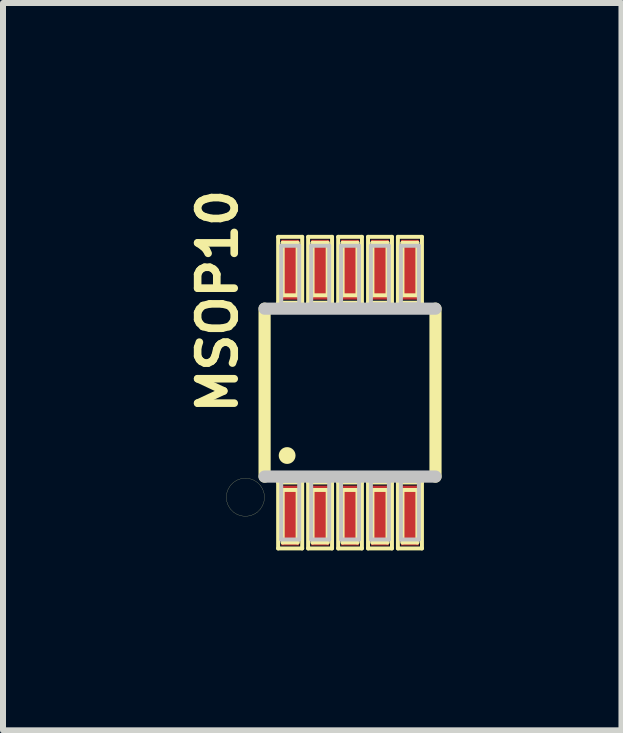
<source format=kicad_pcb>
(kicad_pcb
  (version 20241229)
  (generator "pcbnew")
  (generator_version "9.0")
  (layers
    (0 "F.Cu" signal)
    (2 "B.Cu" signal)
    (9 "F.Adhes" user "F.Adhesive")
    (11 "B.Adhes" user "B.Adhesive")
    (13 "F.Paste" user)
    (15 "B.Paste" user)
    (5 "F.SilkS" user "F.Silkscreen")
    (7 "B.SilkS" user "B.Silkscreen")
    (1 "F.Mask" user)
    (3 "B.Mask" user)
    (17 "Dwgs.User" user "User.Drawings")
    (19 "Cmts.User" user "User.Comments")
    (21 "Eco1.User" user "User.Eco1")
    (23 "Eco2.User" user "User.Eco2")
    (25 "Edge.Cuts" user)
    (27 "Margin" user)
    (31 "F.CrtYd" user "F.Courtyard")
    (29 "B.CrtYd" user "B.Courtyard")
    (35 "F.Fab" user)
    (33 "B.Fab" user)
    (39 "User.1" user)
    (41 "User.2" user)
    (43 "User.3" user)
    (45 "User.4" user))
  (footprint "MSOP10"
    (layer "F.Cu")
    (at 2.787 3.497)
    (property "Reference" "MSOP10" (at -2.207 -1.524 90) (layer "F.SilkS") (effects (font (size 0.61 0.61) (thickness 0.127))))
    (attr smd)
    (fp_line (start -2.062 1.745) (end -2.055 1.816) (stroke (width 0.003) (type solid)) (layer "F.SilkS"))
    (fp_line (start -2.055 1.674) (end -2.062 1.745) (stroke (width 0.003) (type solid)) (layer "F.SilkS"))
    (fp_line (start -2.055 1.816) (end -2.032 1.882) (stroke (width 0.003) (type solid)) (layer "F.SilkS"))
    (fp_line (start -2.032 1.608) (end -2.055 1.674) (stroke (width 0.003) (type solid)) (layer "F.SilkS"))
    (fp_line (start -2.032 1.882) (end -1.994 1.943) (stroke (width 0.003) (type solid)) (layer "F.SilkS"))
    (fp_line (start -1.994 1.547) (end -2.032 1.608) (stroke (width 0.003) (type solid)) (layer "F.SilkS"))
    (fp_line (start -1.994 1.943) (end -1.943 1.994) (stroke (width 0.003) (type solid)) (layer "F.SilkS"))
    (fp_line (start -1.943 1.496) (end -1.994 1.547) (stroke (width 0.003) (type solid)) (layer "F.SilkS"))
    (fp_line (start -1.943 1.994) (end -1.882 2.032) (stroke (width 0.003) (type solid)) (layer "F.SilkS"))
    (fp_line (start -1.882 1.458) (end -1.943 1.496) (stroke (width 0.003) (type solid)) (layer "F.SilkS"))
    (fp_line (start -1.882 2.032) (end -1.816 2.055) (stroke (width 0.003) (type solid)) (layer "F.SilkS"))
    (fp_line (start -1.816 1.435) (end -1.882 1.458) (stroke (width 0.003) (type solid)) (layer "F.SilkS"))
    (fp_line (start -1.816 2.055) (end -1.745 2.062) (stroke (width 0.003) (type solid)) (layer "F.SilkS"))
    (fp_line (start -1.745 1.427) (end -1.816 1.435) (stroke (width 0.003) (type solid)) (layer "F.SilkS"))
    (fp_line (start -1.745 2.062) (end -1.674 2.055) (stroke (width 0.003) (type solid)) (layer "F.SilkS"))
    (fp_line (start -1.674 1.435) (end -1.745 1.427) (stroke (width 0.003) (type solid)) (layer "F.SilkS"))
    (fp_line (start -1.674 2.055) (end -1.608 2.032) (stroke (width 0.003) (type solid)) (layer "F.SilkS"))
    (fp_line (start -1.608 1.458) (end -1.674 1.435) (stroke (width 0.003) (type solid)) (layer "F.SilkS"))
    (fp_line (start -1.608 2.032) (end -1.547 1.994) (stroke (width 0.003) (type solid)) (layer "F.SilkS"))
    (fp_line (start -1.547 1.496) (end -1.608 1.458) (stroke (width 0.003) (type solid)) (layer "F.SilkS"))
    (fp_line (start -1.547 1.994) (end -1.496 1.943) (stroke (width 0.003) (type solid)) (layer "F.SilkS"))
    (fp_line (start -1.496 1.547) (end -1.547 1.496) (stroke (width 0.003) (type solid)) (layer "F.SilkS"))
    (fp_line (start -1.496 1.943) (end -1.458 1.882) (stroke (width 0.003) (type solid)) (layer "F.SilkS"))
    (fp_line (start -1.458 1.608) (end -1.496 1.547) (stroke (width 0.003) (type solid)) (layer "F.SilkS"))
    (fp_line (start -1.458 1.882) (end -1.435 1.816) (stroke (width 0.003) (type solid)) (layer "F.SilkS"))
    (fp_line (start -1.435 1.674) (end -1.458 1.608) (stroke (width 0.003) (type solid)) (layer "F.SilkS"))
    (fp_line (start -1.435 1.816) (end -1.427 1.745) (stroke (width 0.003) (type solid)) (layer "F.SilkS"))
    (fp_line (start -1.427 1.745) (end -1.435 1.674) (stroke (width 0.003) (type solid)) (layer "F.SilkS"))
    (fp_line (start -1.425 -1.4) (end -1.425 1.4) (stroke (width 0.203) (type solid)) (layer "F.SilkS"))
    (fp_line (start -1.199 -2.598) (end -0.798 -2.598) (stroke (width 0.066) (type solid)) (layer "F.SilkS"))
    (fp_line (start -1.199 -1.499) (end -1.199 -2.598) (stroke (width 0.066) (type solid)) (layer "F.SilkS"))
    (fp_line (start -1.199 -1.499) (end -0.798 -1.499) (stroke (width 0.066) (type solid)) (layer "F.SilkS"))
    (fp_line (start -1.199 1.499) (end -0.798 1.499) (stroke (width 0.066) (type solid)) (layer "F.SilkS"))
    (fp_line (start -1.199 2.598) (end -1.199 1.499) (stroke (width 0.066) (type solid)) (layer "F.SilkS"))
    (fp_line (start -1.199 2.598) (end -0.798 2.598) (stroke (width 0.066) (type solid)) (layer "F.SilkS"))
    (fp_line (start -1.123 -2.499) (end -0.874 -2.499) (stroke (width 0.066) (type solid)) (layer "F.SilkS"))
    (fp_line (start -1.123 -1.623) (end -1.123 -2.499) (stroke (width 0.066) (type solid)) (layer "F.SilkS"))
    (fp_line (start -1.123 -1.623) (end -0.874 -1.623) (stroke (width 0.066) (type solid)) (layer "F.SilkS"))
    (fp_line (start -1.123 1.623) (end -0.874 1.623) (stroke (width 0.066) (type solid)) (layer "F.SilkS"))
    (fp_line (start -1.123 2.499) (end -1.123 1.623) (stroke (width 0.066) (type solid)) (layer "F.SilkS"))
    (fp_line (start -1.123 2.499) (end -0.874 2.499) (stroke (width 0.066) (type solid)) (layer "F.SilkS"))
    (fp_line (start -0.874 -1.623) (end -0.874 -2.499) (stroke (width 0.066) (type solid)) (layer "F.SilkS"))
    (fp_line (start -0.874 2.499) (end -0.874 1.623) (stroke (width 0.066) (type solid)) (layer "F.SilkS"))
    (fp_line (start -0.798 -1.499) (end -0.798 -2.598) (stroke (width 0.066) (type solid)) (layer "F.SilkS"))
    (fp_line (start -0.798 2.598) (end -0.798 1.499) (stroke (width 0.066) (type solid)) (layer "F.SilkS"))
    (fp_line (start -0.699 -2.598) (end -0.3 -2.598) (stroke (width 0.066) (type solid)) (layer "F.SilkS"))
    (fp_line (start -0.699 -1.499) (end -0.699 -2.598) (stroke (width 0.066) (type solid)) (layer "F.SilkS"))
    (fp_line (start -0.699 -1.499) (end -0.3 -1.499) (stroke (width 0.066) (type solid)) (layer "F.SilkS"))
    (fp_line (start -0.699 1.499) (end -0.3 1.499) (stroke (width 0.066) (type solid)) (layer "F.SilkS"))
    (fp_line (start -0.699 2.598) (end -0.699 1.499) (stroke (width 0.066) (type solid)) (layer "F.SilkS"))
    (fp_line (start -0.699 2.598) (end -0.3 2.598) (stroke (width 0.066) (type solid)) (layer "F.SilkS"))
    (fp_line (start -0.625 -2.499) (end -0.373 -2.499) (stroke (width 0.066) (type solid)) (layer "F.SilkS"))
    (fp_line (start -0.625 -1.623) (end -0.625 -2.499) (stroke (width 0.066) (type solid)) (layer "F.SilkS"))
    (fp_line (start -0.625 -1.623) (end -0.373 -1.623) (stroke (width 0.066) (type solid)) (layer "F.SilkS"))
    (fp_line (start -0.625 1.623) (end -0.373 1.623) (stroke (width 0.066) (type solid)) (layer "F.SilkS"))
    (fp_line (start -0.625 2.499) (end -0.625 1.623) (stroke (width 0.066) (type solid)) (layer "F.SilkS"))
    (fp_line (start -0.625 2.499) (end -0.373 2.499) (stroke (width 0.066) (type solid)) (layer "F.SilkS"))
    (fp_line (start -0.373 -1.623) (end -0.373 -2.499) (stroke (width 0.066) (type solid)) (layer "F.SilkS"))
    (fp_line (start -0.373 2.499) (end -0.373 1.623) (stroke (width 0.066) (type solid)) (layer "F.SilkS"))
    (fp_line (start -0.3 -1.499) (end -0.3 -2.598) (stroke (width 0.066) (type solid)) (layer "F.SilkS"))
    (fp_line (start -0.3 2.598) (end -0.3 1.499) (stroke (width 0.066) (type solid)) (layer "F.SilkS"))
    (fp_line (start -0.198 -2.598) (end 0.198 -2.598) (stroke (width 0.066) (type solid)) (layer "F.SilkS"))
    (fp_line (start -0.198 -1.499) (end -0.198 -2.598) (stroke (width 0.066) (type solid)) (layer "F.SilkS"))
    (fp_line (start -0.198 -1.499) (end 0.198 -1.499) (stroke (width 0.066) (type solid)) (layer "F.SilkS"))
    (fp_line (start -0.198 1.499) (end 0.198 1.499) (stroke (width 0.066) (type solid)) (layer "F.SilkS"))
    (fp_line (start -0.198 2.598) (end -0.198 1.499) (stroke (width 0.066) (type solid)) (layer "F.SilkS"))
    (fp_line (start -0.198 2.598) (end 0.198 2.598) (stroke (width 0.066) (type solid)) (layer "F.SilkS"))
    (fp_line (start -0.124 -2.499) (end 0.124 -2.499) (stroke (width 0.066) (type solid)) (layer "F.SilkS"))
    (fp_line (start -0.124 -1.623) (end -0.124 -2.499) (stroke (width 0.066) (type solid)) (layer "F.SilkS"))
    (fp_line (start -0.124 -1.623) (end 0.124 -1.623) (stroke (width 0.066) (type solid)) (layer "F.SilkS"))
    (fp_line (start -0.124 1.623) (end 0.124 1.623) (stroke (width 0.066) (type solid)) (layer "F.SilkS"))
    (fp_line (start -0.124 2.499) (end -0.124 1.623) (stroke (width 0.066) (type solid)) (layer "F.SilkS"))
    (fp_line (start -0.124 2.499) (end 0.124 2.499) (stroke (width 0.066) (type solid)) (layer "F.SilkS"))
    (fp_line (start 0.124 -1.623) (end 0.124 -2.499) (stroke (width 0.066) (type solid)) (layer "F.SilkS"))
    (fp_line (start 0.124 2.499) (end 0.124 1.623) (stroke (width 0.066) (type solid)) (layer "F.SilkS"))
    (fp_line (start 0.198 -1.499) (end 0.198 -2.598) (stroke (width 0.066) (type solid)) (layer "F.SilkS"))
    (fp_line (start 0.198 2.598) (end 0.198 1.499) (stroke (width 0.066) (type solid)) (layer "F.SilkS"))
    (fp_line (start 0.3 -2.598) (end 0.699 -2.598) (stroke (width 0.066) (type solid)) (layer "F.SilkS"))
    (fp_line (start 0.3 -1.499) (end 0.3 -2.598) (stroke (width 0.066) (type solid)) (layer "F.SilkS"))
    (fp_line (start 0.3 -1.499) (end 0.699 -1.499) (stroke (width 0.066) (type solid)) (layer "F.SilkS"))
    (fp_line (start 0.3 1.499) (end 0.699 1.499) (stroke (width 0.066) (type solid)) (layer "F.SilkS"))
    (fp_line (start 0.3 2.598) (end 0.3 1.499) (stroke (width 0.066) (type solid)) (layer "F.SilkS"))
    (fp_line (start 0.3 2.598) (end 0.699 2.598) (stroke (width 0.066) (type solid)) (layer "F.SilkS"))
    (fp_line (start 0.373 -2.499) (end 0.625 -2.499) (stroke (width 0.066) (type solid)) (layer "F.SilkS"))
    (fp_line (start 0.373 -1.623) (end 0.373 -2.499) (stroke (width 0.066) (type solid)) (layer "F.SilkS"))
    (fp_line (start 0.373 -1.623) (end 0.625 -1.623) (stroke (width 0.066) (type solid)) (layer "F.SilkS"))
    (fp_line (start 0.373 1.623) (end 0.625 1.623) (stroke (width 0.066) (type solid)) (layer "F.SilkS"))
    (fp_line (start 0.373 2.499) (end 0.373 1.623) (stroke (width 0.066) (type solid)) (layer "F.SilkS"))
    (fp_line (start 0.373 2.499) (end 0.625 2.499) (stroke (width 0.066) (type solid)) (layer "F.SilkS"))
    (fp_line (start 0.625 -1.623) (end 0.625 -2.499) (stroke (width 0.066) (type solid)) (layer "F.SilkS"))
    (fp_line (start 0.625 2.499) (end 0.625 1.623) (stroke (width 0.066) (type solid)) (layer "F.SilkS"))
    (fp_line (start 0.699 -1.499) (end 0.699 -2.598) (stroke (width 0.066) (type solid)) (layer "F.SilkS"))
    (fp_line (start 0.699 2.598) (end 0.699 1.499) (stroke (width 0.066) (type solid)) (layer "F.SilkS"))
    (fp_line (start 0.798 -2.598) (end 1.199 -2.598) (stroke (width 0.066) (type solid)) (layer "F.SilkS"))
    (fp_line (start 0.798 -1.499) (end 0.798 -2.598) (stroke (width 0.066) (type solid)) (layer "F.SilkS"))
    (fp_line (start 0.798 -1.499) (end 1.199 -1.499) (stroke (width 0.066) (type solid)) (layer "F.SilkS"))
    (fp_line (start 0.798 1.499) (end 1.199 1.499) (stroke (width 0.066) (type solid)) (layer "F.SilkS"))
    (fp_line (start 0.798 2.598) (end 0.798 1.499) (stroke (width 0.066) (type solid)) (layer "F.SilkS"))
    (fp_line (start 0.798 2.598) (end 1.199 2.598) (stroke (width 0.066) (type solid)) (layer "F.SilkS"))
    (fp_line (start 0.874 -2.499) (end 1.123 -2.499) (stroke (width 0.066) (type solid)) (layer "F.SilkS"))
    (fp_line (start 0.874 -1.623) (end 0.874 -2.499) (stroke (width 0.066) (type solid)) (layer "F.SilkS"))
    (fp_line (start 0.874 -1.623) (end 1.123 -1.623) (stroke (width 0.066) (type solid)) (layer "F.SilkS"))
    (fp_line (start 0.874 1.623) (end 1.123 1.623) (stroke (width 0.066) (type solid)) (layer "F.SilkS"))
    (fp_line (start 0.874 2.499) (end 0.874 1.623) (stroke (width 0.066) (type solid)) (layer "F.SilkS"))
    (fp_line (start 0.874 2.499) (end 1.123 2.499) (stroke (width 0.066) (type solid)) (layer "F.SilkS"))
    (fp_line (start 1.123 -1.623) (end 1.123 -2.499) (stroke (width 0.066) (type solid)) (layer "F.SilkS"))
    (fp_line (start 1.123 2.499) (end 1.123 1.623) (stroke (width 0.066) (type solid)) (layer "F.SilkS"))
    (fp_line (start 1.199 -1.499) (end 1.199 -2.598) (stroke (width 0.066) (type solid)) (layer "F.SilkS"))
    (fp_line (start 1.199 2.598) (end 1.199 1.499) (stroke (width 0.066) (type solid)) (layer "F.SilkS"))
    (fp_line (start 1.425 1.4) (end 1.425 -1.4) (stroke (width 0.203) (type solid)) (layer "F.SilkS"))
    (fp_circle (center -1.049 1.049) (end -1.148 1.148) (stroke (width 0) (type solid)) (fill yes) (layer "F.SilkS"))
    (fp_line (start -1.425 1.4) (end 1.425 1.4) (stroke (width 0.203) (type solid)) (layer "Dwgs.User"))
    (fp_line (start -1.148 -2.449) (end -0.848 -2.449) (stroke (width 0.066) (type solid)) (layer "Dwgs.User"))
    (fp_line (start -1.148 -1.473) (end -1.148 -2.449) (stroke (width 0.066) (type solid)) (layer "Dwgs.User"))
    (fp_line (start -1.148 -1.473) (end -0.848 -1.473) (stroke (width 0.066) (type solid)) (layer "Dwgs.User"))
    (fp_line (start -1.148 1.473) (end -0.848 1.473) (stroke (width 0.066) (type solid)) (layer "Dwgs.User"))
    (fp_line (start -1.148 2.449) (end -1.148 1.473) (stroke (width 0.066) (type solid)) (layer "Dwgs.User"))
    (fp_line (start -1.148 2.449) (end -0.848 2.449) (stroke (width 0.066) (type solid)) (layer "Dwgs.User"))
    (fp_line (start -0.848 -1.473) (end -0.848 -2.449) (stroke (width 0.066) (type solid)) (layer "Dwgs.User"))
    (fp_line (start -0.848 2.449) (end -0.848 1.473) (stroke (width 0.066) (type solid)) (layer "Dwgs.User"))
    (fp_line (start -0.648 -2.449) (end -0.348 -2.449) (stroke (width 0.066) (type solid)) (layer "Dwgs.User"))
    (fp_line (start -0.648 -1.473) (end -0.648 -2.449) (stroke (width 0.066) (type solid)) (layer "Dwgs.User"))
    (fp_line (start -0.648 -1.473) (end -0.348 -1.473) (stroke (width 0.066) (type solid)) (layer "Dwgs.User"))
    (fp_line (start -0.648 1.473) (end -0.348 1.473) (stroke (width 0.066) (type solid)) (layer "Dwgs.User"))
    (fp_line (start -0.648 2.449) (end -0.648 1.473) (stroke (width 0.066) (type solid)) (layer "Dwgs.User"))
    (fp_line (start -0.648 2.449) (end -0.348 2.449) (stroke (width 0.066) (type solid)) (layer "Dwgs.User"))
    (fp_line (start -0.348 -1.473) (end -0.348 -2.449) (stroke (width 0.066) (type solid)) (layer "Dwgs.User"))
    (fp_line (start -0.348 2.449) (end -0.348 1.473) (stroke (width 0.066) (type solid)) (layer "Dwgs.User"))
    (fp_line (start -0.15 -2.449) (end 0.15 -2.449) (stroke (width 0.066) (type solid)) (layer "Dwgs.User"))
    (fp_line (start -0.15 -1.473) (end -0.15 -2.449) (stroke (width 0.066) (type solid)) (layer "Dwgs.User"))
    (fp_line (start -0.15 -1.473) (end 0.15 -1.473) (stroke (width 0.066) (type solid)) (layer "Dwgs.User"))
    (fp_line (start -0.15 1.473) (end 0.15 1.473) (stroke (width 0.066) (type solid)) (layer "Dwgs.User"))
    (fp_line (start -0.15 2.449) (end -0.15 1.473) (stroke (width 0.066) (type solid)) (layer "Dwgs.User"))
    (fp_line (start -0.15 2.449) (end 0.15 2.449) (stroke (width 0.066) (type solid)) (layer "Dwgs.User"))
    (fp_line (start 0.15 -1.473) (end 0.15 -2.449) (stroke (width 0.066) (type solid)) (layer "Dwgs.User"))
    (fp_line (start 0.15 2.449) (end 0.15 1.473) (stroke (width 0.066) (type solid)) (layer "Dwgs.User"))
    (fp_line (start 0.348 -2.449) (end 0.648 -2.449) (stroke (width 0.066) (type solid)) (layer "Dwgs.User"))
    (fp_line (start 0.348 -1.473) (end 0.348 -2.449) (stroke (width 0.066) (type solid)) (layer "Dwgs.User"))
    (fp_line (start 0.348 -1.473) (end 0.648 -1.473) (stroke (width 0.066) (type solid)) (layer "Dwgs.User"))
    (fp_line (start 0.348 1.473) (end 0.648 1.473) (stroke (width 0.066) (type solid)) (layer "Dwgs.User"))
    (fp_line (start 0.348 2.449) (end 0.348 1.473) (stroke (width 0.066) (type solid)) (layer "Dwgs.User"))
    (fp_line (start 0.348 2.449) (end 0.648 2.449) (stroke (width 0.066) (type solid)) (layer "Dwgs.User"))
    (fp_line (start 0.648 -1.473) (end 0.648 -2.449) (stroke (width 0.066) (type solid)) (layer "Dwgs.User"))
    (fp_line (start 0.648 2.449) (end 0.648 1.473) (stroke (width 0.066) (type solid)) (layer "Dwgs.User"))
    (fp_line (start 0.848 -2.449) (end 1.148 -2.449) (stroke (width 0.066) (type solid)) (layer "Dwgs.User"))
    (fp_line (start 0.848 -1.473) (end 0.848 -2.449) (stroke (width 0.066) (type solid)) (layer "Dwgs.User"))
    (fp_line (start 0.848 -1.473) (end 1.148 -1.473) (stroke (width 0.066) (type solid)) (layer "Dwgs.User"))
    (fp_line (start 0.848 1.473) (end 1.148 1.473) (stroke (width 0.066) (type solid)) (layer "Dwgs.User"))
    (fp_line (start 0.848 2.449) (end 0.848 1.473) (stroke (width 0.066) (type solid)) (layer "Dwgs.User"))
    (fp_line (start 0.848 2.449) (end 1.148 2.449) (stroke (width 0.066) (type solid)) (layer "Dwgs.User"))
    (fp_line (start 1.148 -1.473) (end 1.148 -2.449) (stroke (width 0.066) (type solid)) (layer "Dwgs.User"))
    (fp_line (start 1.148 2.449) (end 1.148 1.473) (stroke (width 0.066) (type solid)) (layer "Dwgs.User"))
    (fp_line (start 1.425 -1.4) (end -1.425 -1.4) (stroke (width 0.203) (type solid)) (layer "Dwgs.User"))
    (pad "1" smd rect (at -0.998 2.05) (size 0.3 0.998) (layers "F.Cu" "F.Mask" "F.Paste"))
    (pad "2" smd rect (at -0.498 2.05) (size 0.3 0.998) (layers "F.Cu" "F.Mask" "F.Paste"))
    (pad "3" smd rect (at 0 2.05) (size 0.3 0.998) (layers "F.Cu" "F.Mask" "F.Paste"))
    (pad "4" smd rect (at 0.498 2.05) (size 0.3 0.998) (layers "F.Cu" "F.Mask" "F.Paste"))
    (pad "5" smd rect (at 0.998 2.05) (size 0.3 0.998) (layers "F.Cu" "F.Mask" "F.Paste"))
    (pad "6" smd rect (at 0.998 -2.05 180) (size 0.3 0.998) (layers "F.Cu" "F.Mask" "F.Paste"))
    (pad "7" smd rect (at 0.498 -2.05 180) (size 0.3 0.998) (layers "F.Cu" "F.Mask" "F.Paste"))
    (pad "8" smd rect (at 0 -2.05 180) (size 0.3 0.998) (layers "F.Cu" "F.Mask" "F.Paste"))
    (pad "9" smd rect (at -0.498 -2.05 180) (size 0.3 0.998) (layers "F.Cu" "F.Mask" "F.Paste"))
    (pad "10" smd rect (at -0.998 -2.05 180) (size 0.3 0.998) (layers "F.Cu" "F.Mask" "F.Paste")))
  (gr_rect
    (start -3 -3)
    (end 7.313 9.128)
    (stroke (width 0.1) (type default))
    (fill no)
    (layer "Edge.Cuts")))
</source>
